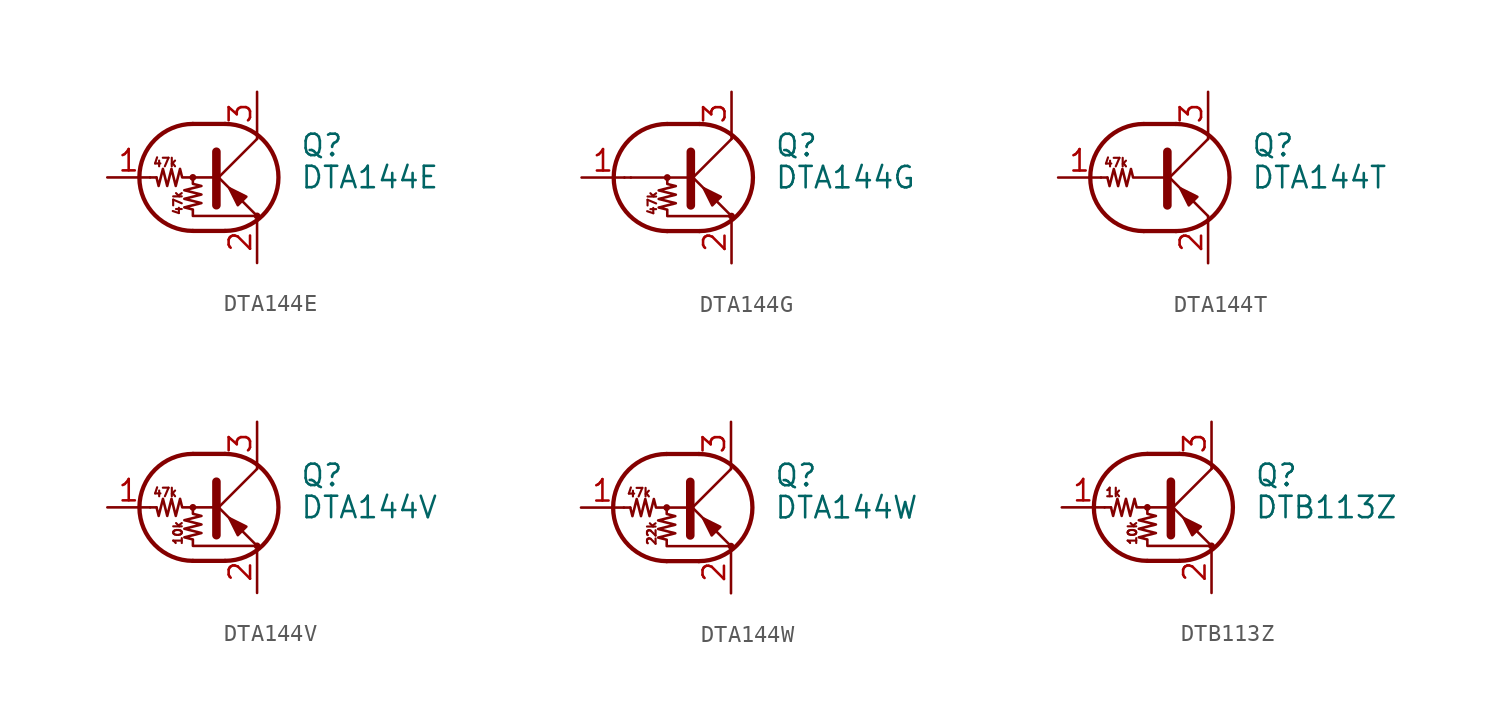
<source format=kicad_sym>
(kicad_symbol_lib
  (version 20201005)
  (generator kicad_symbol_editor)
  (symbol "DTA144E"
    (pin_names
      (offset 0) hide)
    (property "Reference" "Q"
      (at 5.08 1.905 0)
      (effects (font (size 1.27 1.27)) (justify left)))
    (property "Value" "DTA144E"
      (at 5.08 0 0)
      (effects (font (size 1.27 1.27)) (justify left)))
    (symbol "DTA144E_0_0"
      (text "47k" (at -2.921 0.889 0) (effects (font (size 0.508 0.508))))
      (text "47k" (at -2.159 -1.524 900) (effects (font (size 0.508 0.508)))))
    (symbol "DTA144E_0_1"
      (arc (start -1.27 3.175) (end -1.27 -3.175) (radius (at -1.27 0) (length 3.175) (angles 90.1 -90.1)) (stroke (width 0.254)) (fill (type none)))
      (arc (start 0.635 -3.175) (end 0.635 3.175) (radius (at 0.635 0) (length 3.175) (angles -89.9 89.9)) (stroke (width 0.254)) (fill (type none)))
      (circle (center -1.27 0) (radius 0.127) (stroke (width 0)) (fill (type none)))
      (circle (center 2.54 -2.286) (radius 0.127) (stroke (width 0)) (fill (type none)))
      (polyline (pts (xy -3.429 0) (xy -3.81 0)) (stroke (width 0)) (fill (type none)))
      (polyline (pts (xy -1.27 -3.175) (xy 0.635 -3.175)) (stroke (width 0.254)) (fill (type none)))
      (polyline (pts (xy -1.27 3.175) (xy 0.635 3.175)) (stroke (width 0.254)) (fill (type none)))
      (polyline (pts (xy 0 -0.254) (xy 2.54 2.286)) (stroke (width 0)) (fill (type none)))
      (polyline (pts (xy 2.54 2.286) (xy 2.54 2.54)) (stroke (width 0)) (fill (type none)))
      (polyline (pts (xy 2.54 -2.286) (xy 0 0.254) (xy 0 0.254)) (stroke (width 0)) (fill (type none)))
      (polyline (pts (xy 0 0) (xy -1.905 0) (xy -2.032 0.508) (xy -2.286 -0.508) (xy -2.54 0.508) (xy -2.794 -0.508) (xy -3.048 0.508) (xy -3.302 -0.508) (xy -3.429 0)) (stroke (width 0)) (fill (type none)))
      (polyline (pts (xy -1.27 0) (xy -1.27 -0.381) (xy -0.762 -0.508) (xy -1.778 -0.762) (xy -0.762 -1.016) (xy -1.778 -1.27) (xy -0.762 -1.524) (xy -1.778 -1.778) (xy -1.27 -1.905) (xy -1.27 -2.286) (xy 2.54 -2.286)) (stroke (width 0)) (fill (type none)))
      (polyline (pts (xy 0.127 1.524) (xy 0.127 -1.651)) (stroke (width 0.508)) (fill (type outline)))
      (polyline (pts (xy 1.397 -1.651) (xy 1.905 -1.143) (xy 0.889 -0.635) (xy 1.397 -1.651)) (stroke (width 0)) (fill (type outline))))
    (symbol "DTA144E_1_1"
      (pin input line (at -6.35 0 0) (length 2.54) (name "B" (effects (font (size 1.27 1.27)))) (number "1" (effects (font (size 1.27 1.27)))))
      (pin passive line (at 2.54 -5.08 90) (length 2.54) (name "E" (effects (font (size 1.27 1.27)))) (number "2" (effects (font (size 1.27 1.27)))))
      (pin passive line (at 2.54 5.08 270) (length 2.54) (name "C" (effects (font (size 1.27 1.27)))) (number "3" (effects (font (size 1.27 1.27)))))))
  (symbol "DTA144G"
    (pin_names
      (offset 0) hide)
    (property "Reference" "Q"
      (at 5.08 1.905 0)
      (effects (font (size 1.27 1.27)) (justify left)))
    (property "Value" "DTA144G"
      (at 5.08 0 0)
      (effects (font (size 1.27 1.27)) (justify left)))
    (symbol "DTA144G_0_0"
      (text "47k" (at -2.159 -1.524 900) (effects (font (size 0.508 0.508))))
      (polyline (pts (xy -3.429 0) (xy 0 0)) (stroke (width 0)) (fill (type none))))
    (symbol "DTA144G_0_1"
      (arc (start -1.27 3.175) (end -1.27 -3.175) (radius (at -1.27 0) (length 3.175) (angles 90.1 -90.1)) (stroke (width 0.254)) (fill (type none)))
      (arc (start 0.635 -3.175) (end 0.635 3.175) (radius (at 0.635 0) (length 3.175) (angles -89.9 89.9)) (stroke (width 0.254)) (fill (type none)))
      (circle (center -1.27 0) (radius 0.127) (stroke (width 0)) (fill (type none)))
      (circle (center 2.54 -2.286) (radius 0.127) (stroke (width 0)) (fill (type none)))
      (polyline (pts (xy -3.429 0) (xy -3.81 0)) (stroke (width 0)) (fill (type none)))
      (polyline (pts (xy -1.27 -3.175) (xy 0.635 -3.175)) (stroke (width 0.254)) (fill (type none)))
      (polyline (pts (xy -1.27 3.175) (xy 0.635 3.175)) (stroke (width 0.254)) (fill (type none)))
      (polyline (pts (xy 0 -0.254) (xy 2.54 2.286)) (stroke (width 0)) (fill (type none)))
      (polyline (pts (xy 2.54 2.286) (xy 2.54 2.54)) (stroke (width 0)) (fill (type none)))
      (polyline (pts (xy 2.54 -2.286) (xy 0 0.254) (xy 0 0.254)) (stroke (width 0)) (fill (type none)))
      (polyline (pts (xy -1.27 0) (xy -1.27 -0.381) (xy -0.762 -0.508) (xy -1.778 -0.762) (xy -0.762 -1.016) (xy -1.778 -1.27) (xy -0.762 -1.524) (xy -1.778 -1.778) (xy -1.27 -1.905) (xy -1.27 -2.286) (xy 2.54 -2.286)) (stroke (width 0)) (fill (type none)))
      (polyline (pts (xy 0.127 1.524) (xy 0.127 -1.651)) (stroke (width 0.508)) (fill (type outline)))
      (polyline (pts (xy 1.397 -1.651) (xy 1.905 -1.143) (xy 0.889 -0.635) (xy 1.397 -1.651)) (stroke (width 0)) (fill (type outline))))
    (symbol "DTA144G_1_1"
      (pin input line (at -6.35 0 0) (length 2.54) (name "B" (effects (font (size 1.27 1.27)))) (number "1" (effects (font (size 1.27 1.27)))))
      (pin passive line (at 2.54 -5.08 90) (length 2.54) (name "E" (effects (font (size 1.27 1.27)))) (number "2" (effects (font (size 1.27 1.27)))))
      (pin passive line (at 2.54 5.08 270) (length 2.54) (name "C" (effects (font (size 1.27 1.27)))) (number "3" (effects (font (size 1.27 1.27)))))))
  (symbol "DTA144T"
    (pin_names
      (offset 0) hide)
    (property "Reference" "Q"
      (at 5.08 1.905 0)
      (effects (font (size 1.27 1.27)) (justify left)))
    (property "Value" "DTA144T"
      (at 5.08 0 0)
      (effects (font (size 1.27 1.27)) (justify left)))
    (symbol "DTA144T_0_0"
      (text "47k" (at -2.921 0.889 0) (effects (font (size 0.508 0.508))))
      (polyline (pts (xy 2.54 -2.286) (xy 2.54 -2.54)) (stroke (width 0)) (fill (type none))))
    (symbol "DTA144T_0_1"
      (arc (start -1.27 3.175) (end -1.27 -3.175) (radius (at -1.27 0) (length 3.175) (angles 90.1 -90.1)) (stroke (width 0.254)) (fill (type none)))
      (arc (start 0.635 -3.175) (end 0.635 3.175) (radius (at 0.635 0) (length 3.175) (angles -89.9 89.9)) (stroke (width 0.254)) (fill (type none)))
      (polyline (pts (xy -3.429 0) (xy -3.81 0)) (stroke (width 0)) (fill (type none)))
      (polyline (pts (xy -1.27 -3.175) (xy 0.635 -3.175)) (stroke (width 0.254)) (fill (type none)))
      (polyline (pts (xy -1.27 3.175) (xy 0.635 3.175)) (stroke (width 0.254)) (fill (type none)))
      (polyline (pts (xy 0 -0.254) (xy 2.54 2.286)) (stroke (width 0)) (fill (type none)))
      (polyline (pts (xy 2.54 2.286) (xy 2.54 2.54)) (stroke (width 0)) (fill (type none)))
      (polyline (pts (xy 2.54 -2.286) (xy 0 0.254) (xy 0 0.254)) (stroke (width 0)) (fill (type none)))
      (polyline (pts (xy 0 0) (xy -1.905 0) (xy -2.032 0.508) (xy -2.286 -0.508) (xy -2.54 0.508) (xy -2.794 -0.508) (xy -3.048 0.508) (xy -3.302 -0.508) (xy -3.429 0)) (stroke (width 0)) (fill (type none)))
      (polyline (pts (xy 0.127 1.524) (xy 0.127 -1.651)) (stroke (width 0.508)) (fill (type outline)))
      (polyline (pts (xy 1.397 -1.651) (xy 1.905 -1.143) (xy 0.889 -0.635) (xy 1.397 -1.651)) (stroke (width 0)) (fill (type outline))))
    (symbol "DTA144T_1_1"
      (pin input line (at -6.35 0 0) (length 2.54) (name "B" (effects (font (size 1.27 1.27)))) (number "1" (effects (font (size 1.27 1.27)))))
      (pin passive line (at 2.54 -5.08 90) (length 2.54) (name "E" (effects (font (size 1.27 1.27)))) (number "2" (effects (font (size 1.27 1.27)))))
      (pin passive line (at 2.54 5.08 270) (length 2.54) (name "C" (effects (font (size 1.27 1.27)))) (number "3" (effects (font (size 1.27 1.27)))))))
  (symbol "DTA144V"
    (pin_names
      (offset 0) hide)
    (property "Reference" "Q"
      (at 5.08 1.905 0)
      (effects (font (size 1.27 1.27)) (justify left)))
    (property "Value" "DTA144V"
      (at 5.08 0 0)
      (effects (font (size 1.27 1.27)) (justify left)))
    (symbol "DTA144V_0_0"
      (text "10k" (at -2.159 -1.524 900) (effects (font (size 0.508 0.508))))
      (text "47k" (at -2.921 0.889 0) (effects (font (size 0.508 0.508)))))
    (symbol "DTA144V_0_1"
      (arc (start -1.27 3.175) (end -1.27 -3.175) (radius (at -1.27 0) (length 3.175) (angles 90.1 -90.1)) (stroke (width 0.254)) (fill (type none)))
      (arc (start 0.635 -3.175) (end 0.635 3.175) (radius (at 0.635 0) (length 3.175) (angles -89.9 89.9)) (stroke (width 0.254)) (fill (type none)))
      (circle (center -1.27 0) (radius 0.127) (stroke (width 0)) (fill (type none)))
      (circle (center 2.54 -2.286) (radius 0.127) (stroke (width 0)) (fill (type none)))
      (polyline (pts (xy -3.429 0) (xy -3.81 0)) (stroke (width 0)) (fill (type none)))
      (polyline (pts (xy -1.27 -3.175) (xy 0.635 -3.175)) (stroke (width 0.254)) (fill (type none)))
      (polyline (pts (xy -1.27 3.175) (xy 0.635 3.175)) (stroke (width 0.254)) (fill (type none)))
      (polyline (pts (xy 0 -0.254) (xy 2.54 2.286)) (stroke (width 0)) (fill (type none)))
      (polyline (pts (xy 2.54 2.286) (xy 2.54 2.54)) (stroke (width 0)) (fill (type none)))
      (polyline (pts (xy 2.54 -2.286) (xy 0 0.254) (xy 0 0.254)) (stroke (width 0)) (fill (type none)))
      (polyline (pts (xy 0 0) (xy -1.905 0) (xy -2.032 0.508) (xy -2.286 -0.508) (xy -2.54 0.508) (xy -2.794 -0.508) (xy -3.048 0.508) (xy -3.302 -0.508) (xy -3.429 0)) (stroke (width 0)) (fill (type none)))
      (polyline (pts (xy -1.27 0) (xy -1.27 -0.381) (xy -0.762 -0.508) (xy -1.778 -0.762) (xy -0.762 -1.016) (xy -1.778 -1.27) (xy -0.762 -1.524) (xy -1.778 -1.778) (xy -1.27 -1.905) (xy -1.27 -2.286) (xy 2.54 -2.286)) (stroke (width 0)) (fill (type none)))
      (polyline (pts (xy 0.127 1.524) (xy 0.127 -1.651)) (stroke (width 0.508)) (fill (type outline)))
      (polyline (pts (xy 1.397 -1.651) (xy 1.905 -1.143) (xy 0.889 -0.635) (xy 1.397 -1.651)) (stroke (width 0)) (fill (type outline))))
    (symbol "DTA144V_1_1"
      (pin input line (at -6.35 0 0) (length 2.54) (name "B" (effects (font (size 1.27 1.27)))) (number "1" (effects (font (size 1.27 1.27)))))
      (pin passive line (at 2.54 -5.08 90) (length 2.54) (name "E" (effects (font (size 1.27 1.27)))) (number "2" (effects (font (size 1.27 1.27)))))
      (pin passive line (at 2.54 5.08 270) (length 2.54) (name "C" (effects (font (size 1.27 1.27)))) (number "3" (effects (font (size 1.27 1.27)))))))
  (symbol "DTA144W"
    (pin_names
      (offset 0) hide)
    (property "Reference" "Q"
      (at 5.08 1.905 0)
      (effects (font (size 1.27 1.27)) (justify left)))
    (property "Value" "DTA144W"
      (at 5.08 0 0)
      (effects (font (size 1.27 1.27)) (justify left)))
    (symbol "DTA144W_0_0"
      (text "22k" (at -2.159 -1.524 900) (effects (font (size 0.508 0.508))))
      (text "47k" (at -2.921 0.889 0) (effects (font (size 0.508 0.508)))))
    (symbol "DTA144W_0_1"
      (arc (start -1.27 3.175) (end -1.27 -3.175) (radius (at -1.27 0) (length 3.175) (angles 90.1 -90.1)) (stroke (width 0.254)) (fill (type none)))
      (arc (start 0.635 -3.175) (end 0.635 3.175) (radius (at 0.635 0) (length 3.175) (angles -89.9 89.9)) (stroke (width 0.254)) (fill (type none)))
      (circle (center -1.27 0) (radius 0.127) (stroke (width 0)) (fill (type none)))
      (circle (center 2.54 -2.286) (radius 0.127) (stroke (width 0)) (fill (type none)))
      (polyline (pts (xy -3.429 0) (xy -3.81 0)) (stroke (width 0)) (fill (type none)))
      (polyline (pts (xy -1.27 -3.175) (xy 0.635 -3.175)) (stroke (width 0.254)) (fill (type none)))
      (polyline (pts (xy -1.27 3.175) (xy 0.635 3.175)) (stroke (width 0.254)) (fill (type none)))
      (polyline (pts (xy 0 -0.254) (xy 2.54 2.286)) (stroke (width 0)) (fill (type none)))
      (polyline (pts (xy 2.54 2.286) (xy 2.54 2.54)) (stroke (width 0)) (fill (type none)))
      (polyline (pts (xy 2.54 -2.286) (xy 0 0.254) (xy 0 0.254)) (stroke (width 0)) (fill (type none)))
      (polyline (pts (xy 0 0) (xy -1.905 0) (xy -2.032 0.508) (xy -2.286 -0.508) (xy -2.54 0.508) (xy -2.794 -0.508) (xy -3.048 0.508) (xy -3.302 -0.508) (xy -3.429 0)) (stroke (width 0)) (fill (type none)))
      (polyline (pts (xy -1.27 0) (xy -1.27 -0.381) (xy -0.762 -0.508) (xy -1.778 -0.762) (xy -0.762 -1.016) (xy -1.778 -1.27) (xy -0.762 -1.524) (xy -1.778 -1.778) (xy -1.27 -1.905) (xy -1.27 -2.286) (xy 2.54 -2.286)) (stroke (width 0)) (fill (type none)))
      (polyline (pts (xy 0.127 1.524) (xy 0.127 -1.651)) (stroke (width 0.508)) (fill (type outline)))
      (polyline (pts (xy 1.397 -1.651) (xy 1.905 -1.143) (xy 0.889 -0.635) (xy 1.397 -1.651)) (stroke (width 0)) (fill (type outline))))
    (symbol "DTA144W_1_1"
      (pin input line (at -6.35 0 0) (length 2.54) (name "B" (effects (font (size 1.27 1.27)))) (number "1" (effects (font (size 1.27 1.27)))))
      (pin passive line (at 2.54 -5.08 90) (length 2.54) (name "E" (effects (font (size 1.27 1.27)))) (number "2" (effects (font (size 1.27 1.27)))))
      (pin passive line (at 2.54 5.08 270) (length 2.54) (name "C" (effects (font (size 1.27 1.27)))) (number "3" (effects (font (size 1.27 1.27)))))))
  (symbol "DTB113Z"
    (pin_names
      (offset 0) hide)
    (property "Reference" "Q"
      (at 5.08 1.905 0)
      (effects (font (size 1.27 1.27)) (justify left)))
    (property "Value" "DTB113Z"
      (at 5.08 0 0)
      (effects (font (size 1.27 1.27)) (justify left)))
    (symbol "DTB113Z_0_0"
      (text "10k" (at -2.159 -1.524 900) (effects (font (size 0.508 0.508))))
      (text "1k" (at -3.302 0.889 0) (effects (font (size 0.508 0.508)))))
    (symbol "DTB113Z_0_1"
      (arc (start -1.27 3.175) (end -1.27 -3.175) (radius (at -1.27 0) (length 3.175) (angles 90.1 -90.1)) (stroke (width 0.254)) (fill (type none)))
      (arc (start 0.635 -3.175) (end 0.635 3.175) (radius (at 0.635 0) (length 3.175) (angles -89.9 89.9)) (stroke (width 0.254)) (fill (type none)))
      (circle (center -1.27 0) (radius 0.127) (stroke (width 0)) (fill (type none)))
      (circle (center 2.54 -2.286) (radius 0.127) (stroke (width 0)) (fill (type none)))
      (polyline (pts (xy -3.429 0) (xy -3.81 0)) (stroke (width 0)) (fill (type none)))
      (polyline (pts (xy -1.27 -3.175) (xy 0.635 -3.175)) (stroke (width 0.254)) (fill (type none)))
      (polyline (pts (xy -1.27 3.175) (xy 0.635 3.175)) (stroke (width 0.254)) (fill (type none)))
      (polyline (pts (xy 0 -0.254) (xy 2.54 2.286)) (stroke (width 0)) (fill (type none)))
      (polyline (pts (xy 2.54 2.286) (xy 2.54 2.54)) (stroke (width 0)) (fill (type none)))
      (polyline (pts (xy 2.54 -2.286) (xy 0 0.254) (xy 0 0.254)) (stroke (width 0)) (fill (type none)))
      (polyline (pts (xy 0 0) (xy -1.905 0) (xy -2.032 0.508) (xy -2.286 -0.508) (xy -2.54 0.508) (xy -2.794 -0.508) (xy -3.048 0.508) (xy -3.302 -0.508) (xy -3.429 0)) (stroke (width 0)) (fill (type none)))
      (polyline (pts (xy -1.27 0) (xy -1.27 -0.381) (xy -0.762 -0.508) (xy -1.778 -0.762) (xy -0.762 -1.016) (xy -1.778 -1.27) (xy -0.762 -1.524) (xy -1.778 -1.778) (xy -1.27 -1.905) (xy -1.27 -2.286) (xy 2.54 -2.286)) (stroke (width 0)) (fill (type none)))
      (polyline (pts (xy 0.127 1.524) (xy 0.127 -1.651)) (stroke (width 0.508)) (fill (type outline)))
      (polyline (pts (xy 1.397 -1.651) (xy 1.905 -1.143) (xy 0.889 -0.635) (xy 1.397 -1.651)) (stroke (width 0)) (fill (type outline))))
    (symbol "DTB113Z_1_1"
      (pin input line (at -6.35 0 0) (length 2.54) (name "B" (effects (font (size 1.27 1.27)))) (number "1" (effects (font (size 1.27 1.27)))))
      (pin passive line (at 2.54 -5.08 90) (length 2.54) (name "E" (effects (font (size 1.27 1.27)))) (number "2" (effects (font (size 1.27 1.27)))))
      (pin passive line (at 2.54 5.08 270) (length 2.54) (name "C" (effects (font (size 1.27 1.27)))) (number "3" (effects (font (size 1.27 1.27))))))))
</source>
